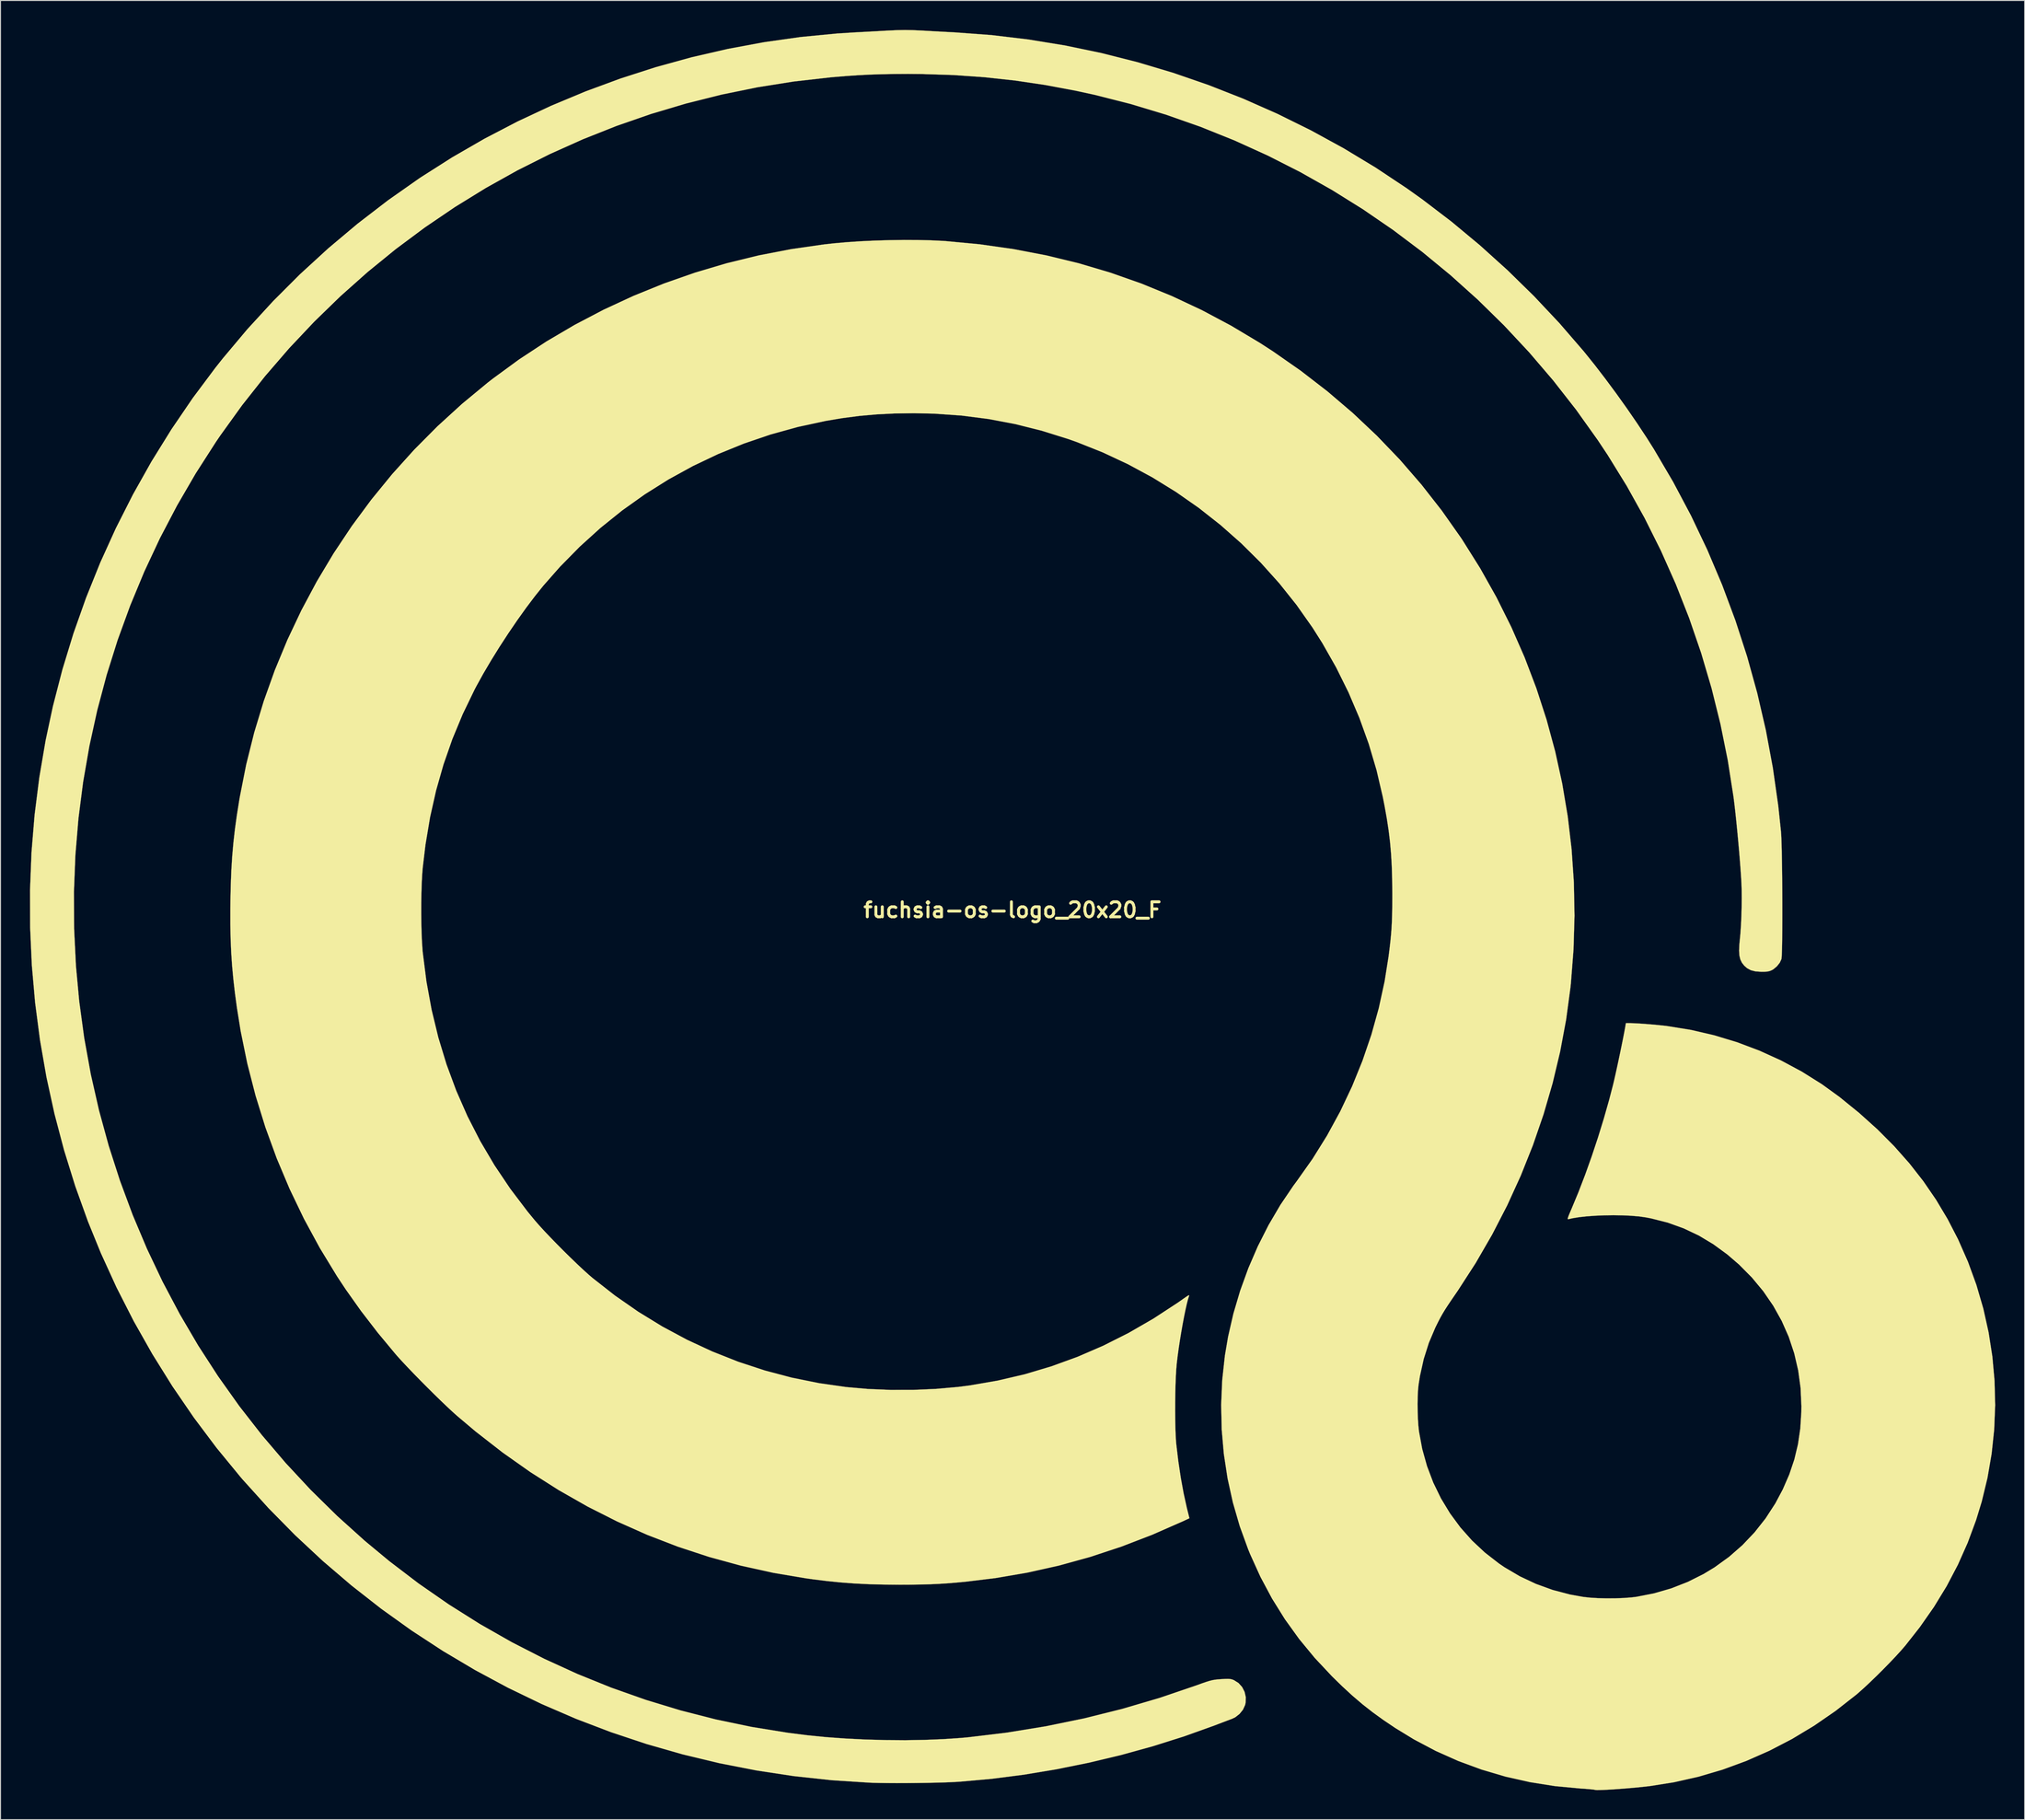
<source format=kicad_pcb>
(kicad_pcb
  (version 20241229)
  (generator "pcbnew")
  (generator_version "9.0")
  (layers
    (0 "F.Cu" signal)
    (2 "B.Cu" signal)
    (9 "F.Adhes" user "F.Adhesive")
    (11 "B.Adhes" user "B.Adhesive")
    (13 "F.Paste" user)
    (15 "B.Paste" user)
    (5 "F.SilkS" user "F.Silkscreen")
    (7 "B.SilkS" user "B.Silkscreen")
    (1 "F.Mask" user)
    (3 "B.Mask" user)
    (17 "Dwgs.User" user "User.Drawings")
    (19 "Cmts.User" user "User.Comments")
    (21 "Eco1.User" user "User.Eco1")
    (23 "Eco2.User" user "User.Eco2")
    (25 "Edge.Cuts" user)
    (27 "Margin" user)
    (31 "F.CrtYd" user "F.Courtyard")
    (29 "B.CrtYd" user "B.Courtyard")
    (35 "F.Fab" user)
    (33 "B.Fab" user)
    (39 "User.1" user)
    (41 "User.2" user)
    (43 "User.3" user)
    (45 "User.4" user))
  (footprint "fuchsia-os-logo_20x20_F"
    (layer "F.Cu")
    (at 99.957 89.564)
    (property "Reference" "fuchsia-os-logo_20x20_F" (at 0 0 0) (layer "F.SilkS") (effects (font (size 1.524 1.524) (thickness 0.3))))
    (attr through_hole)
    (fp_poly (pts (xy -10.143 -89.546) (xy -9.278 -89.507) (xy -9.245 -89.505) (xy -8.574 -89.467) (xy -7.806 -89.424) (xy -7.015 -89.381) (xy -6.273 -89.341) (xy -5.884 -89.321) (xy -2.136 -89.043) (xy 1.604 -88.598) (xy 5.329 -87.989) (xy 9.031 -87.219) (xy 12.702 -86.289) (xy 16.337 -85.204) (xy 19.927 -83.964) (xy 23.464 -82.574) (xy 26.943 -81.035) (xy 30.355 -79.35) (xy 33.694 -77.522) (xy 36.952 -75.553) (xy 40.121 -73.445) (xy 41.698 -72.32) (xy 44.666 -70.055) (xy 47.56 -67.646) (xy 50.366 -65.112) (xy 53.066 -62.466) (xy 55.643 -59.726) (xy 58.08 -56.906) (xy 58.193 -56.769) (xy 59.244 -55.462) (xy 60.333 -54.044) (xy 61.435 -52.556) (xy 62.52 -51.036) (xy 63.56 -49.522) (xy 64.529 -48.055) (xy 65.255 -46.905) (xy 67.22 -43.557) (xy 69.034 -40.136) (xy 70.694 -36.645) (xy 72.199 -33.089) (xy 73.548 -29.472) (xy 74.74 -25.798) (xy 75.773 -22.07) (xy 76.647 -18.292) (xy 77.359 -14.468) (xy 77.909 -10.602) (xy 78.189 -7.959) (xy 78.211 -7.627) (xy 78.232 -7.161) (xy 78.251 -6.579) (xy 78.268 -5.896) (xy 78.282 -5.129) (xy 78.295 -4.296) (xy 78.305 -3.413) (xy 78.313 -2.496) (xy 78.319 -1.563) (xy 78.322 -0.63) (xy 78.323 0.286) (xy 78.321 1.168) (xy 78.317 1.999) (xy 78.31 2.763) (xy 78.301 3.443) (xy 78.289 4.023) (xy 78.274 4.484) (xy 78.256 4.812) (xy 78.235 4.988) (xy 78.233 4.995) (xy 78.061 5.367) (xy 77.773 5.729) (xy 77.419 6.026) (xy 77.271 6.113) (xy 77.047 6.21) (xy 76.802 6.265) (xy 76.48 6.287) (xy 76.19 6.289) (xy 75.597 6.248) (xy 75.123 6.128) (xy 74.731 5.915) (xy 74.447 5.662) (xy 74.214 5.366) (xy 74.052 5.032) (xy 73.957 4.633) (xy 73.925 4.143) (xy 73.95 3.535) (xy 74 3.027) (xy 74.065 2.333) (xy 74.119 1.515) (xy 74.159 0.62) (xy 74.184 -0.307) (xy 74.193 -1.22) (xy 74.186 -2.073) (xy 74.166 -2.686) (xy 74.129 -3.354) (xy 74.074 -4.157) (xy 74.005 -5.062) (xy 73.924 -6.037) (xy 73.834 -7.049) (xy 73.738 -8.065) (xy 73.64 -9.052) (xy 73.542 -9.978) (xy 73.447 -10.81) (xy 73.358 -11.515) (xy 72.775 -15.239) (xy 72.03 -18.925) (xy 71.126 -22.568) (xy 70.065 -26.161) (xy 68.85 -29.698) (xy 67.484 -33.173) (xy 65.968 -36.578) (xy 64.305 -39.908) (xy 62.497 -43.157) (xy 60.548 -46.318) (xy 59.538 -47.837) (xy 57.336 -50.924) (xy 55.01 -53.899) (xy 52.566 -56.758) (xy 50.008 -59.498) (xy 47.341 -62.116) (xy 44.568 -64.609) (xy 41.695 -66.975) (xy 38.726 -69.21) (xy 35.664 -71.311) (xy 32.515 -73.276) (xy 29.283 -75.101) (xy 25.973 -76.783) (xy 22.588 -78.32) (xy 19.133 -79.709) (xy 15.613 -80.946) (xy 12.032 -82.028) (xy 8.394 -82.954) (xy 6.421 -83.384) (xy 3.307 -83.967) (xy 0.223 -84.424) (xy -2.868 -84.759) (xy -6.001 -84.977) (xy -9.213 -85.08) (xy -10.626 -85.09) (xy -12.026 -85.083) (xy -13.305 -85.06) (xy -14.513 -85.02) (xy -15.697 -84.96) (xy -16.905 -84.878) (xy -18.187 -84.773) (xy -18.5 -84.745) (xy -22.246 -84.319) (xy -25.95 -83.731) (xy -29.61 -82.982) (xy -33.219 -82.076) (xy -36.775 -81.016) (xy -40.271 -79.803) (xy -43.705 -78.44) (xy -47.071 -76.931) (xy -50.365 -75.277) (xy -53.582 -73.481) (xy -56.719 -71.547) (xy -59.77 -69.476) (xy -62.732 -67.271) (xy -65.6 -64.935) (xy -68.369 -62.47) (xy -71.035 -59.879) (xy -73.594 -57.165) (xy -76.041 -54.33) (xy -78.372 -51.378) (xy -80.582 -48.309) (xy -81.048 -47.625) (xy -83.097 -44.432) (xy -84.994 -41.167) (xy -86.738 -37.836) (xy -88.327 -34.442) (xy -89.76 -30.99) (xy -91.037 -27.485) (xy -92.155 -23.931) (xy -93.114 -20.334) (xy -93.913 -16.697) (xy -94.551 -13.025) (xy -95.026 -9.323) (xy -95.338 -5.596) (xy -95.485 -1.847) (xy -95.466 1.918) (xy -95.281 5.694) (xy -94.95 9.271) (xy -94.441 13.019) (xy -93.769 16.726) (xy -92.937 20.386) (xy -91.948 23.995) (xy -90.803 27.549) (xy -89.506 31.043) (xy -88.059 34.472) (xy -86.465 37.831) (xy -84.725 41.117) (xy -82.844 44.325) (xy -80.822 47.449) (xy -78.664 50.486) (xy -76.37 53.43) (xy -73.945 56.278) (xy -71.39 59.024) (xy -68.707 61.664) (xy -65.901 64.193) (xy -63.396 66.271) (xy -60.412 68.546) (xy -57.338 70.679) (xy -54.181 72.669) (xy -50.945 74.512) (xy -47.635 76.207) (xy -44.258 77.751) (xy -40.817 79.143) (xy -37.318 80.38) (xy -33.766 81.46) (xy -30.168 82.381) (xy -26.527 83.14) (xy -22.849 83.736) (xy -20.87 83.987) (xy -18.986 84.175) (xy -17.013 84.319) (xy -14.985 84.42) (xy -12.937 84.478) (xy -10.901 84.491) (xy -8.912 84.459) (xy -7.005 84.381) (xy -5.213 84.258) (xy -4.534 84.196) (xy -0.565 83.719) (xy 3.381 83.076) (xy 7.295 82.271) (xy 11.167 81.304) (xy 14.988 80.179) (xy 18.716 78.91) (xy 19.27 78.709) (xy 19.701 78.561) (xy 20.044 78.454) (xy 20.333 78.381) (xy 20.604 78.333) (xy 20.891 78.301) (xy 21.224 78.276) (xy 21.654 78.252) (xy 21.959 78.248) (xy 22.182 78.267) (xy 22.366 78.313) (xy 22.532 78.379) (xy 22.999 78.673) (xy 23.365 79.082) (xy 23.616 79.573) (xy 23.738 80.118) (xy 23.717 80.685) (xy 23.664 80.917) (xy 23.447 81.388) (xy 23.103 81.815) (xy 22.672 82.153) (xy 22.35 82.309) (xy 22.149 82.385) (xy 21.822 82.508) (xy 21.405 82.666) (xy 20.93 82.847) (xy 20.489 83.015) (xy 17.432 84.11) (xy 14.27 85.108) (xy 11.031 86.003) (xy 7.744 86.788) (xy 4.436 87.457) (xy 1.135 88.005) (xy -2.131 88.424) (xy -5.333 88.709) (xy -5.63 88.729) (xy -6.259 88.762) (xy -7.024 88.791) (xy -7.895 88.815) (xy -8.838 88.834) (xy -9.822 88.848) (xy -10.815 88.856) (xy -11.784 88.858) (xy -12.698 88.854) (xy -13.523 88.843) (xy -14.229 88.825) (xy -14.487 88.815) (xy -18.377 88.564) (xy -22.232 88.148) (xy -26.048 87.569) (xy -29.822 86.831) (xy -33.548 85.935) (xy -37.222 84.882) (xy -40.84 83.676) (xy -44.398 82.319) (xy -47.892 80.811) (xy -51.316 79.156) (xy -54.666 77.356) (xy -57.939 75.413) (xy -61.13 73.328) (xy -64.234 71.104) (xy -67.247 68.744) (xy -70.166 66.249) (xy -72.984 63.62) (xy -75.699 60.862) (xy -78.306 57.975) (xy -78.542 57.7) (xy -80.979 54.73) (xy -83.287 51.652) (xy -85.463 48.473) (xy -87.502 45.201) (xy -89.399 41.846) (xy -91.149 38.414) (xy -92.747 34.914) (xy -94.053 31.708) (xy -95.349 28.104) (xy -96.485 24.448) (xy -97.462 20.746) (xy -98.28 17.005) (xy -98.937 13.233) (xy -99.433 9.435) (xy -99.768 5.619) (xy -99.941 1.793) (xy -99.952 -2.038) (xy -99.801 -5.865) (xy -99.486 -9.683) (xy -99.007 -13.483) (xy -98.365 -17.26) (xy -97.623 -20.732) (xy -96.659 -24.461) (xy -95.534 -28.144) (xy -94.25 -31.774) (xy -92.811 -35.346) (xy -91.219 -38.853) (xy -89.479 -42.289) (xy -87.592 -45.648) (xy -85.562 -48.922) (xy -83.393 -52.106) (xy -81.087 -55.193) (xy -80.341 -56.134) (xy -77.843 -59.107) (xy -75.218 -61.968) (xy -72.472 -64.714) (xy -69.608 -67.34) (xy -66.63 -69.843) (xy -63.544 -72.218) (xy -60.354 -74.461) (xy -60.168 -74.585) (xy -56.984 -76.611) (xy -53.711 -78.5) (xy -50.356 -80.248) (xy -46.927 -81.853) (xy -43.434 -83.311) (xy -39.884 -84.621) (xy -36.285 -85.78) (xy -32.646 -86.784) (xy -28.974 -87.631) (xy -25.279 -88.319) (xy -21.567 -88.844) (xy -17.848 -89.204) (xy -16.044 -89.318) (xy -15.369 -89.354) (xy -14.596 -89.395) (xy -13.798 -89.439) (xy -13.048 -89.481) (xy -12.632 -89.504) (xy -11.741 -89.545) (xy -10.938 -89.559) (xy -10.143 -89.546)) (stroke (width 0.01) (type solid)) (fill yes) (layer "F.SilkS"))
    (fp_poly (pts (xy -9.64 -68.189) (xy -8.304 -68.157) (xy -7.089 -68.099) (xy -6.816 -68.081) (xy -3.335 -67.752) (xy 0.082 -67.267) (xy 3.436 -66.624) (xy 6.726 -65.825) (xy 9.953 -64.868) (xy 13.117 -63.755) (xy 16.22 -62.483) (xy 19.26 -61.055) (xy 22.239 -59.469) (xy 25.157 -57.725) (xy 26.501 -56.855) (xy 29.334 -54.877) (xy 32.041 -52.786) (xy 34.622 -50.583) (xy 37.077 -48.266) (xy 39.405 -45.838) (xy 41.606 -43.297) (xy 43.68 -40.645) (xy 45.627 -37.881) (xy 45.763 -37.677) (xy 47.579 -34.785) (xy 49.241 -31.824) (xy 50.749 -28.798) (xy 52.102 -25.712) (xy 53.297 -22.571) (xy 54.334 -19.379) (xy 55.213 -16.141) (xy 55.931 -12.862) (xy 56.488 -9.546) (xy 56.883 -6.197) (xy 57.114 -2.821) (xy 57.18 0.577) (xy 57.081 3.994) (xy 56.815 7.425) (xy 56.763 7.916) (xy 56.325 11.167) (xy 55.72 14.403) (xy 54.954 17.617) (xy 54.028 20.799) (xy 52.947 23.941) (xy 51.713 27.033) (xy 50.33 30.065) (xy 48.801 33.03) (xy 47.131 35.919) (xy 45.321 38.721) (xy 45.05 39.116) (xy 44.625 39.735) (xy 44.28 40.249) (xy 43.996 40.69) (xy 43.753 41.092) (xy 43.531 41.486) (xy 43.313 41.905) (xy 43.077 42.381) (xy 43.013 42.513) (xy 42.36 44.053) (xy 41.84 45.694) (xy 41.454 47.43) (xy 41.31 48.345) (xy 41.258 48.875) (xy 41.226 49.528) (xy 41.214 50.258) (xy 41.221 51.02) (xy 41.247 51.767) (xy 41.291 52.455) (xy 41.353 53.037) (xy 41.353 53.044) (xy 41.686 54.849) (xy 42.174 56.596) (xy 42.811 58.277) (xy 43.593 59.883) (xy 44.515 61.406) (xy 45.57 62.839) (xy 46.755 64.172) (xy 48.063 65.396) (xy 49.489 66.505) (xy 50.062 66.895) (xy 51.615 67.811) (xy 53.249 68.58) (xy 54.954 69.199) (xy 56.72 69.664) (xy 58.051 69.905) (xy 58.743 69.982) (xy 59.553 70.032) (xy 60.43 70.055) (xy 61.325 70.05) (xy 62.189 70.018) (xy 62.971 69.959) (xy 63.458 69.9) (xy 65.269 69.547) (xy 67.021 69.04) (xy 68.706 68.381) (xy 70.315 67.575) (xy 71.433 66.896) (xy 72.903 65.833) (xy 74.261 64.644) (xy 75.503 63.336) (xy 76.622 61.917) (xy 77.611 60.393) (xy 78.369 58.97) (xy 79.031 57.449) (xy 79.545 55.925) (xy 79.916 54.373) (xy 80.152 52.765) (xy 80.257 51.076) (xy 80.264 50.478) (xy 80.181 48.643) (xy 79.938 46.855) (xy 79.535 45.118) (xy 78.976 43.439) (xy 78.263 41.822) (xy 77.398 40.273) (xy 76.385 38.797) (xy 75.225 37.399) (xy 73.921 36.084) (xy 72.729 35.057) (xy 71.302 34.013) (xy 69.825 33.128) (xy 68.286 32.399) (xy 66.677 31.82) (xy 64.988 31.389) (xy 64.412 31.278) (xy 63.728 31.182) (xy 62.935 31.115) (xy 62.063 31.075) (xy 61.145 31.062) (xy 60.213 31.074) (xy 59.299 31.112) (xy 58.434 31.174) (xy 57.651 31.26) (xy 56.98 31.369) (xy 56.585 31.461) (xy 56.519 31.469) (xy 56.491 31.43) (xy 56.509 31.323) (xy 56.578 31.126) (xy 56.704 30.818) (xy 56.891 30.382) (xy 57.577 28.732) (xy 58.261 26.952) (xy 58.929 25.082) (xy 59.567 23.162) (xy 60.163 21.232) (xy 60.703 19.332) (xy 61.096 17.822) (xy 61.21 17.345) (xy 61.346 16.748) (xy 61.497 16.063) (xy 61.656 15.325) (xy 61.816 14.567) (xy 61.969 13.824) (xy 62.11 13.128) (xy 62.23 12.515) (xy 62.322 12.016) (xy 62.354 11.832) (xy 62.407 11.515) (xy 62.848 11.515) (xy 63.221 11.525) (xy 63.722 11.551) (xy 64.309 11.591) (xy 64.942 11.642) (xy 65.578 11.699) (xy 66.177 11.76) (xy 66.656 11.817) (xy 69.045 12.205) (xy 71.405 12.754) (xy 73.724 13.458) (xy 75.989 14.312) (xy 78.189 15.311) (xy 80.31 16.451) (xy 82.342 17.725) (xy 84.129 19.019) (xy 86.141 20.654) (xy 87.993 22.32) (xy 89.693 24.027) (xy 91.249 25.784) (xy 92.67 27.601) (xy 93.964 29.489) (xy 95.139 31.457) (xy 96.195 33.499) (xy 97.211 35.804) (xy 98.069 38.16) (xy 98.768 40.558) (xy 99.31 42.99) (xy 99.692 45.446) (xy 99.914 47.918) (xy 99.976 50.398) (xy 99.877 52.876) (xy 99.617 55.343) (xy 99.194 57.792) (xy 98.609 60.212) (xy 98.035 62.089) (xy 97.179 64.4) (xy 96.184 66.635) (xy 95.045 68.805) (xy 93.754 70.92) (xy 92.308 72.99) (xy 90.849 74.845) (xy 90.405 75.36) (xy 89.861 75.956) (xy 89.244 76.606) (xy 88.584 77.281) (xy 87.908 77.953) (xy 87.245 78.594) (xy 86.622 79.176) (xy 86.068 79.67) (xy 85.852 79.854) (xy 83.744 81.505) (xy 81.565 83.008) (xy 79.321 84.36) (xy 77.017 85.558) (xy 74.657 86.6) (xy 72.247 87.485) (xy 69.791 88.209) (xy 67.294 88.772) (xy 64.91 89.151) (xy 64.38 89.214) (xy 63.787 89.276) (xy 63.151 89.336) (xy 62.497 89.393) (xy 61.847 89.444) (xy 61.222 89.489) (xy 60.646 89.525) (xy 60.141 89.551) (xy 59.73 89.565) (xy 59.435 89.567) (xy 59.279 89.553) (xy 59.261 89.546) (xy 59.165 89.524) (xy 58.928 89.496) (xy 58.58 89.464) (xy 58.148 89.43) (xy 57.779 89.406) (xy 55.186 89.162) (xy 52.643 88.759) (xy 50.155 88.198) (xy 47.726 87.48) (xy 45.359 86.608) (xy 43.06 85.582) (xy 40.832 84.403) (xy 38.947 83.25) (xy 37.747 82.442) (xy 36.647 81.647) (xy 35.608 80.832) (xy 34.593 79.966) (xy 33.563 79.019) (xy 32.508 77.987) (xy 30.761 76.124) (xy 29.166 74.19) (xy 27.716 72.175) (xy 26.407 70.073) (xy 25.231 67.872) (xy 24.184 65.565) (xy 23.98 65.066) (xy 23.123 62.708) (xy 22.424 60.297) (xy 21.884 57.845) (xy 21.505 55.363) (xy 21.287 52.862) (xy 21.232 50.351) (xy 21.34 47.843) (xy 21.612 45.348) (xy 21.936 43.434) (xy 22.476 41.08) (xy 23.166 38.748) (xy 23.997 36.456) (xy 24.962 34.224) (xy 26.052 32.069) (xy 27.26 30.01) (xy 28.576 28.065) (xy 28.921 27.599) (xy 30.528 25.328) (xy 32.005 22.956) (xy 33.348 20.493) (xy 34.55 17.953) (xy 35.608 15.347) (xy 36.516 12.688) (xy 37.27 9.987) (xy 37.863 7.257) (xy 38.265 4.723) (xy 38.369 3.901) (xy 38.453 3.171) (xy 38.518 2.498) (xy 38.567 1.847) (xy 38.602 1.185) (xy 38.625 0.475) (xy 38.637 -0.317) (xy 38.642 -1.227) (xy 38.642 -1.736) (xy 38.628 -3.176) (xy 38.589 -4.488) (xy 38.519 -5.715) (xy 38.416 -6.895) (xy 38.274 -8.071) (xy 38.091 -9.282) (xy 37.861 -10.57) (xy 37.676 -11.515) (xy 37.044 -14.223) (xy 36.248 -16.907) (xy 35.293 -19.555) (xy 34.186 -22.153) (xy 32.93 -24.69) (xy 31.532 -27.152) (xy 30.524 -28.744) (xy 28.904 -31.044) (xy 27.152 -33.243) (xy 25.273 -35.336) (xy 23.276 -37.318) (xy 21.166 -39.184) (xy 18.952 -40.928) (xy 16.64 -42.543) (xy 14.237 -44.026) (xy 11.751 -45.37) (xy 9.189 -46.57) (xy 6.558 -47.62) (xy 5.683 -47.93) (xy 2.988 -48.774) (xy 0.29 -49.452) (xy -2.425 -49.967) (xy -5.171 -50.321) (xy -7.963 -50.517) (xy -10.033 -50.561) (xy -11.972 -50.534) (xy -13.802 -50.444) (xy -15.571 -50.286) (xy -17.328 -50.057) (xy -19.008 -49.774) (xy -21.838 -49.163) (xy -24.609 -48.395) (xy -27.316 -47.474) (xy -29.953 -46.401) (xy -32.516 -45.181) (xy -35 -43.817) (xy -37.398 -42.31) (xy -39.707 -40.665) (xy -41.92 -38.885) (xy -44.032 -36.972) (xy -46.039 -34.929) (xy -47.719 -33.02) (xy -48.574 -31.956) (xy -49.471 -30.767) (xy -50.388 -29.484) (xy -51.304 -28.139) (xy -52.199 -26.765) (xy -53.05 -25.393) (xy -53.838 -24.055) (xy -54.54 -22.783) (xy -54.727 -22.428) (xy -55.933 -19.932) (xy -56.985 -17.397) (xy -57.887 -14.811) (xy -58.642 -12.164) (xy -59.252 -9.446) (xy -59.721 -6.645) (xy -59.999 -4.318) (xy -60.058 -3.577) (xy -60.102 -2.704) (xy -60.132 -1.735) (xy -60.149 -0.706) (xy -60.151 0.347) (xy -60.139 1.388) (xy -60.114 2.38) (xy -60.074 3.289) (xy -60.02 4.078) (xy -59.998 4.318) (xy -59.623 7.275) (xy -59.095 10.159) (xy -58.414 12.972) (xy -57.58 15.713) (xy -56.592 18.383) (xy -55.45 20.982) (xy -54.154 23.511) (xy -52.704 25.97) (xy -51.1 28.359) (xy -49.342 30.679) (xy -48.601 31.581) (xy -48.167 32.079) (xy -47.634 32.662) (xy -47.025 33.305) (xy -46.365 33.984) (xy -45.678 34.677) (xy -44.986 35.359) (xy -44.315 36.006) (xy -43.688 36.595) (xy -43.128 37.102) (xy -42.714 37.457) (xy -40.43 39.246) (xy -38.063 40.891) (xy -35.62 42.389) (xy -33.107 43.737) (xy -30.53 44.934) (xy -27.894 45.977) (xy -25.204 46.862) (xy -22.468 47.589) (xy -19.689 48.153) (xy -16.933 48.547) (xy -14.713 48.744) (xy -12.42 48.84) (xy -10.1 48.838) (xy -7.8 48.738) (xy -5.565 48.54) (xy -4.318 48.381) (xy -1.508 47.895) (xy 1.252 47.249) (xy 3.961 46.441) (xy 6.623 45.472) (xy 9.237 44.341) (xy 11.805 43.048) (xy 14.328 41.592) (xy 16.807 39.972) (xy 17.42 39.541) (xy 17.709 39.34) (xy 17.883 39.23) (xy 17.965 39.205) (xy 17.974 39.254) (xy 17.954 39.315) (xy 17.848 39.648) (xy 17.727 40.123) (xy 17.594 40.717) (xy 17.454 41.403) (xy 17.311 42.158) (xy 17.171 42.956) (xy 17.037 43.772) (xy 16.914 44.581) (xy 16.807 45.358) (xy 16.721 46.078) (xy 16.709 46.186) (xy 16.659 46.771) (xy 16.619 47.487) (xy 16.587 48.301) (xy 16.565 49.181) (xy 16.553 50.097) (xy 16.55 51.017) (xy 16.558 51.909) (xy 16.575 52.741) (xy 16.603 53.484) (xy 16.641 54.104) (xy 16.664 54.356) (xy 16.87 56.087) (xy 17.121 57.768) (xy 17.412 59.362) (xy 17.736 60.833) (xy 17.807 61.121) (xy 18.003 61.9) (xy 17.363 62.2) (xy 14.222 63.58) (xy 11.071 64.793) (xy 7.906 65.839) (xy 4.721 66.72) (xy 1.512 67.437) (xy -1.725 67.992) (xy -4.741 68.36) (xy -5.724 68.452) (xy -6.634 68.525) (xy -7.513 68.581) (xy -8.401 68.62) (xy -9.338 68.646) (xy -10.366 68.661) (xy -11.472 68.665) (xy -13.117 68.652) (xy -14.637 68.611) (xy -16.075 68.54) (xy -17.474 68.435) (xy -18.876 68.294) (xy -20.325 68.114) (xy -20.997 68.02) (xy -24.335 67.456) (xy -27.622 66.73) (xy -30.855 65.844) (xy -34.033 64.799) (xy -37.156 63.595) (xy -40.22 62.232) (xy -43.225 60.713) (xy -46.168 59.037) (xy -49.048 57.205) (xy -51.864 55.218) (xy -54.614 53.077) (xy -56.515 51.473) (xy -56.984 51.052) (xy -57.543 50.531) (xy -58.167 49.933) (xy -58.836 49.28) (xy -59.527 48.595) (xy -60.217 47.899) (xy -60.885 47.216) (xy -61.508 46.568) (xy -62.064 45.976) (xy -62.53 45.464) (xy -62.751 45.212) (xy -64.583 43.006) (xy -66.267 40.819) (xy -67.82 38.63) (xy -68.718 37.273) (xy -70.472 34.391) (xy -72.081 31.425) (xy -73.542 28.384) (xy -74.852 25.275) (xy -76.008 22.107) (xy -77.006 18.886) (xy -77.845 15.622) (xy -78.521 12.32) (xy -78.902 9.948) (xy -79.105 8.438) (xy -79.268 7.018) (xy -79.394 5.65) (xy -79.485 4.294) (xy -79.543 2.91) (xy -79.572 1.458) (xy -79.572 -0.101) (xy -79.562 -0.973) (xy -79.527 -2.591) (xy -79.467 -4.084) (xy -79.379 -5.493) (xy -79.259 -6.86) (xy -79.104 -8.228) (xy -78.909 -9.639) (xy -78.671 -11.136) (xy -78.608 -11.505) (xy -77.956 -14.806) (xy -77.143 -18.059) (xy -76.172 -21.261) (xy -75.047 -24.405) (xy -73.77 -27.485) (xy -72.345 -30.498) (xy -70.775 -33.438) (xy -69.064 -36.298) (xy -67.214 -39.075) (xy -65.228 -41.763) (xy -63.11 -44.356) (xy -60.864 -46.849) (xy -58.491 -49.237) (xy -55.996 -51.515) (xy -53.381 -53.677) (xy -52.874 -54.072) (xy -50.192 -56.035) (xy -47.412 -57.863) (xy -44.54 -59.552) (xy -41.586 -61.1) (xy -38.555 -62.504) (xy -35.456 -63.761) (xy -32.294 -64.868) (xy -29.079 -65.822) (xy -25.816 -66.62) (xy -22.513 -67.259) (xy -19.178 -67.738) (xy -18.119 -67.855) (xy -16.836 -67.969) (xy -15.452 -68.061) (xy -14.003 -68.129) (xy -12.527 -68.174) (xy -11.06 -68.194) (xy -9.64 -68.189)) (stroke (width 0.01) (type solid)) (fill yes) (layer "F.SilkS")))
  (gr_rect
    (start -3 -3)
    (end 202.938 182.136)
    (stroke (width 0.1) (type default))
    (fill no)
    (layer "Edge.Cuts")))
</source>
